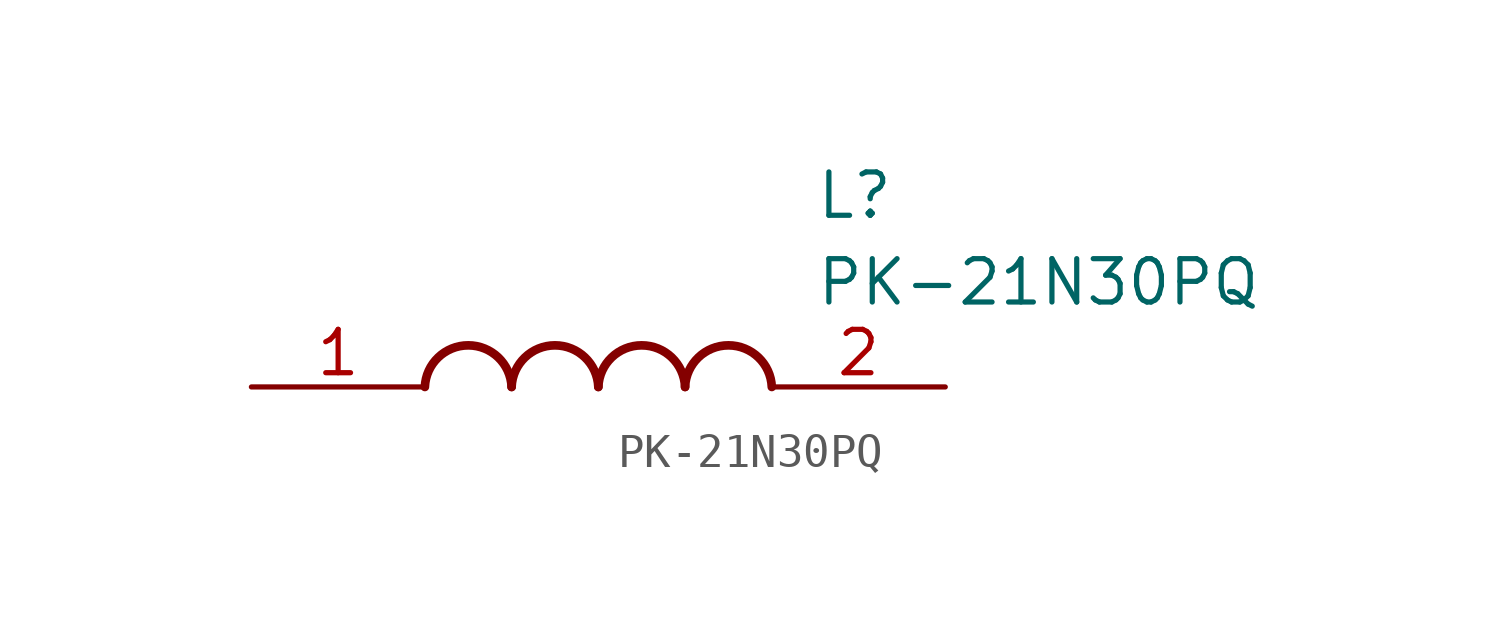
<source format=kicad_sym>
(kicad_symbol_lib
  (version 20211014)
  (generator SamacSys_ECAD_Model)
  (symbol "PK-21N30PQ"
    (pin_names hide)
    (property "Reference" "L"
      (at 16.51 6.35 0)
      (effects (font (size 1.27 1.27)) (justify left top)))
    (property "Value" "PK-21N30PQ"
      (at 16.51 3.81 0)
      (effects (font (size 1.27 1.27)) (justify left top)))
    (arc
      (start 7.62 0)
      (mid 6.35 1.219)
      (end 5.08 0)
      (stroke (width 0.254) (type default))
      (fill (type none)))
    (arc
      (start 10.16 0)
      (mid 8.89 1.219)
      (end 7.62 0)
      (stroke (width 0.254) (type default))
      (fill (type none)))
    (arc
      (start 12.7 0)
      (mid 11.43 1.219)
      (end 10.16 0)
      (stroke (width 0.254) (type default))
      (fill (type none)))
    (arc
      (start 15.24 0)
      (mid 13.97 1.219)
      (end 12.7 0)
      (stroke (width 0.254) (type default))
      (fill (type none)))
    (pin passive line
      (at 0 0 0)
      (length 5.08)
      (name "1" (effects (font (size 1.27 1.27))))
      (number "1" (effects (font (size 1.27 1.27)))))
    (pin passive line
      (at 20.32 0 180)
      (length 5.08)
      (name "2" (effects (font (size 1.27 1.27))))
      (number "2" (effects (font (size 1.27 1.27)))))))
</source>
